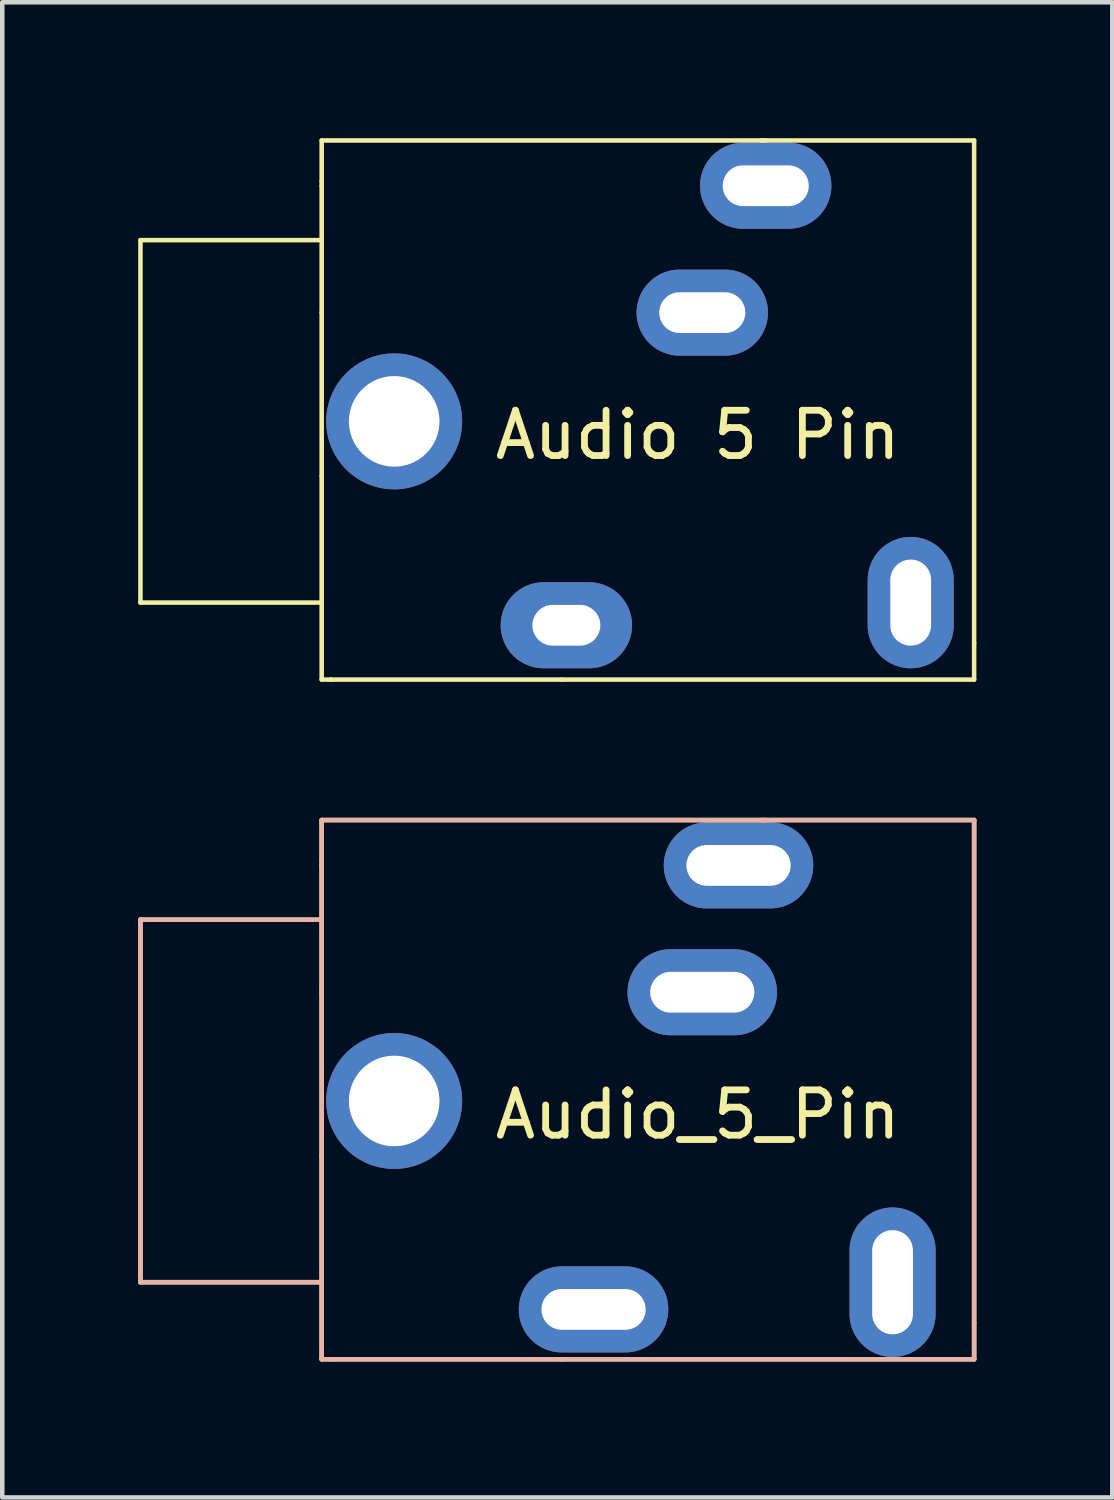
<source format=kicad_pcb>
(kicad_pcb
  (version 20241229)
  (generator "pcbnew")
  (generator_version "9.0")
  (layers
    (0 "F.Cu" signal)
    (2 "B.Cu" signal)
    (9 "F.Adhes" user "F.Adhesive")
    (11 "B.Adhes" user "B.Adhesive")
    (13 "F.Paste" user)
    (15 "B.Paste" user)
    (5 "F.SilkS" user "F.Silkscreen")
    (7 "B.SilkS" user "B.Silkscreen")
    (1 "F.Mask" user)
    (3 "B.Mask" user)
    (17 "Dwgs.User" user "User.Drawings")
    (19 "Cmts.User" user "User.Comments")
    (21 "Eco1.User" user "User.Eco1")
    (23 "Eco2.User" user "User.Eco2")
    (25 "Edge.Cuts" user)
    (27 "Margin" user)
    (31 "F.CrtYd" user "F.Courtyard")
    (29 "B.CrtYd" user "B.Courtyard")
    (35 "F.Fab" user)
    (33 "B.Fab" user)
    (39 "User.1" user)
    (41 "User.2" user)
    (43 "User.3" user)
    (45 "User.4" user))
  (footprint "Audio_5_Pin"
    (layer "F.Cu")
    (at 6.05 21.25)
    (property "Reference" "Audio_5_Pin" (at 6.3 0.3 0) (layer "F.SilkS") (effects (font (size 1 1) (thickness 0.15))))
    (attr through_hole)
    (fp_line (start -6 -4) (end -2 -4) (stroke (width 0.1) (type solid)) (layer "F.SilkS"))
    (fp_line (start -6 4) (end -6 -4) (stroke (width 0.1) (type solid)) (layer "F.SilkS"))
    (fp_line (start -2 -6.2) (end -2 -5.3) (stroke (width 0.1) (type solid)) (layer "F.SilkS"))
    (fp_line (start -2 -5.3) (end -2 -5.2) (stroke (width 0.1) (type solid)) (layer "F.SilkS"))
    (fp_line (start -2 -5.2) (end -2 -2.4) (stroke (width 0.1) (type solid)) (layer "F.SilkS"))
    (fp_line (start -2 -2.4) (end -2 1.2) (stroke (width 0.1) (type solid)) (layer "F.SilkS"))
    (fp_line (start -2 1.2) (end -2 5.7) (stroke (width 0.1) (type solid)) (layer "F.SilkS"))
    (fp_line (start -2 4) (end -6 4) (stroke (width 0.1) (type solid)) (layer "F.SilkS"))
    (fp_line (start -2 5.7) (end -1.8 5.7) (stroke (width 0.1) (type solid)) (layer "F.SilkS"))
    (fp_line (start 3.3 5.7) (end -1.8 5.7) (stroke (width 0.1) (type solid)) (layer "F.SilkS"))
    (fp_line (start 3.3 5.7) (end 12.4 5.7) (stroke (width 0.1) (type solid)) (layer "F.SilkS"))
    (fp_line (start 7.7 -6.2) (end 12.4 -6.2) (stroke (width 0.1) (type solid)) (layer "F.SilkS"))
    (fp_line (start 7.8 -6.2) (end -2 -6.2) (stroke (width 0.1) (type solid)) (layer "F.SilkS"))
    (fp_line (start 12.4 4.9) (end 12.4 -6.2) (stroke (width 0.1) (type solid)) (layer "F.SilkS"))
    (fp_line (start 12.4 5.7) (end 12.4 4.9) (stroke (width 0.1) (type solid)) (layer "F.SilkS"))
    (fp_line (start -6 -4) (end -6 4) (stroke (width 0.1) (type solid)) (layer "B.SilkS"))
    (fp_line (start -6 4) (end -2 4) (stroke (width 0.1) (type solid)) (layer "B.SilkS"))
    (fp_line (start -2 -6.2) (end 12.4 -6.2) (stroke (width 0.1) (type solid)) (layer "B.SilkS"))
    (fp_line (start -2 -4) (end -6 -4) (stroke (width 0.1) (type solid)) (layer "B.SilkS"))
    (fp_line (start -2 5.7) (end -2 -6.2) (stroke (width 0.1) (type solid)) (layer "B.SilkS"))
    (fp_line (start 12.4 -6.2) (end 12.4 5.7) (stroke (width 0.1) (type solid)) (layer "B.SilkS"))
    (fp_line (start 12.4 5.7) (end -2 5.7) (stroke (width 0.1) (type solid)) (layer "B.SilkS"))
    (pad "1" thru_hole oval (at -0.4 0 90) (size 3 3) (drill oval 2) (layers "*.Cu" "*.Mask"))
    (pad "2" thru_hole oval (at 6.4 -2.4) (size 3.3 1.9) (drill oval 2.3 0.9) (layers "*.Cu" "*.Mask"))
    (pad "2" thru_hole oval (at 7.2 -5.2 180) (size 3.3 1.9) (drill oval 2.3 0.9) (layers "*.Cu" "*.Mask"))
    (pad "3" thru_hole oval (at 4 4.6) (size 3.3 1.9) (drill oval 2.3 0.9) (layers "*.Cu" "*.Mask"))
    (pad "3" thru_hole oval (at 10.6 4) (size 1.9 3.3) (drill oval 0.9 2.3) (layers "*.Cu" "*.Mask")))
  (footprint "Audio 5 Pin"
    (layer "F.Cu")
    (at 6.05 6.25)
    (property "Reference" "Audio 5 Pin" (at 6.3 0.3 0) (layer "F.SilkS") (effects (font (size 1 1) (thickness 0.15))))
    (attr through_hole)
    (fp_line (start -6 -4) (end -2 -4) (stroke (width 0.1) (type solid)) (layer "F.SilkS"))
    (fp_line (start -6 4) (end -6 -4) (stroke (width 0.1) (type solid)) (layer "F.SilkS"))
    (fp_line (start -2 -6.2) (end -2 -5.3) (stroke (width 0.1) (type solid)) (layer "F.SilkS"))
    (fp_line (start -2 -5.3) (end -2 -5.2) (stroke (width 0.1) (type solid)) (layer "F.SilkS"))
    (fp_line (start -2 -5.2) (end -2 -2.4) (stroke (width 0.1) (type solid)) (layer "F.SilkS"))
    (fp_line (start -2 -2.4) (end -2 1.2) (stroke (width 0.1) (type solid)) (layer "F.SilkS"))
    (fp_line (start -2 1.2) (end -2 5.7) (stroke (width 0.1) (type solid)) (layer "F.SilkS"))
    (fp_line (start -2 4) (end -6 4) (stroke (width 0.1) (type solid)) (layer "F.SilkS"))
    (fp_line (start -2 5.7) (end -1.8 5.7) (stroke (width 0.1) (type solid)) (layer "F.SilkS"))
    (fp_line (start 3.3 5.7) (end -1.8 5.7) (stroke (width 0.1) (type solid)) (layer "F.SilkS"))
    (fp_line (start 3.3 5.7) (end 12.4 5.7) (stroke (width 0.1) (type solid)) (layer "F.SilkS"))
    (fp_line (start 7.7 -6.2) (end 12.4 -6.2) (stroke (width 0.1) (type solid)) (layer "F.SilkS"))
    (fp_line (start 7.8 -6.2) (end -2 -6.2) (stroke (width 0.1) (type solid)) (layer "F.SilkS"))
    (fp_line (start 12.4 4.9) (end 12.4 -6.2) (stroke (width 0.1) (type solid)) (layer "F.SilkS"))
    (fp_line (start 12.4 5.7) (end 12.4 4.9) (stroke (width 0.1) (type solid)) (layer "F.SilkS"))
    (pad "1" thru_hole oval (at -0.4 0 90) (size 3 3) (drill oval 2) (layers "*.Cu" "*.Mask"))
    (pad "2" thru_hole oval (at 6.4 -2.4) (size 2.9 1.9) (drill oval 1.9 0.9) (layers "*.Cu" "*.Mask"))
    (pad "2" thru_hole oval (at 7.8 -5.2 180) (size 2.9 1.9) (drill oval 1.9 0.9) (layers "*.Cu" "*.Mask"))
    (pad "3" thru_hole oval (at 3.4 4.5) (size 2.9 1.9) (drill oval 1.5 0.9) (layers "*.Cu" "*.Mask"))
    (pad "3" thru_hole oval (at 11 4) (size 1.9 2.9) (drill oval 0.9 1.9) (layers "*.Cu" "*.Mask")))
  (gr_rect
    (start -3 -3)
    (end 21.5 30)
    (stroke (width 0.1) (type default))
    (fill no)
    (layer "Edge.Cuts")))
</source>
